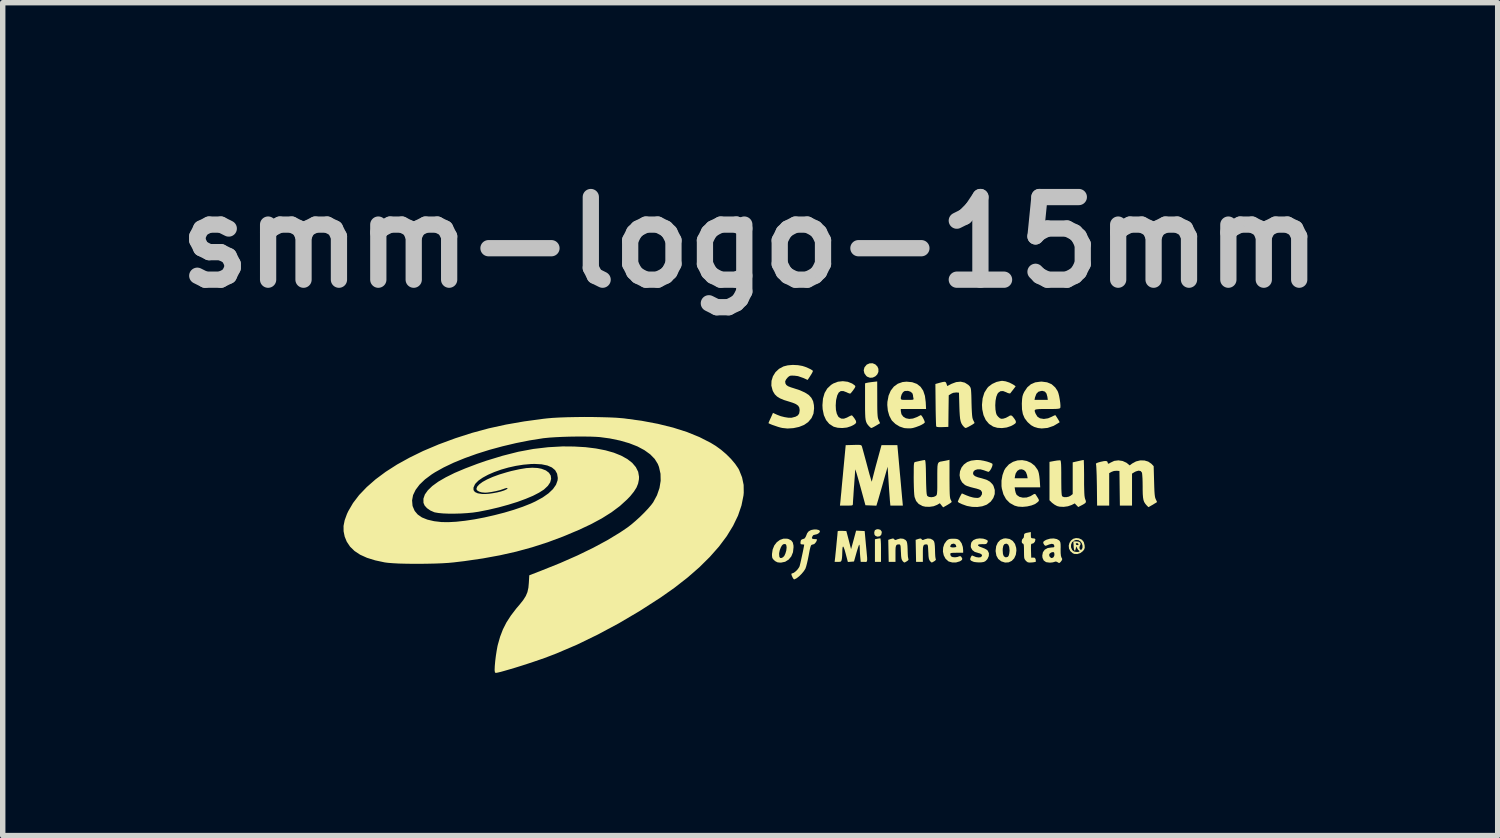
<source format=kicad_pcb>
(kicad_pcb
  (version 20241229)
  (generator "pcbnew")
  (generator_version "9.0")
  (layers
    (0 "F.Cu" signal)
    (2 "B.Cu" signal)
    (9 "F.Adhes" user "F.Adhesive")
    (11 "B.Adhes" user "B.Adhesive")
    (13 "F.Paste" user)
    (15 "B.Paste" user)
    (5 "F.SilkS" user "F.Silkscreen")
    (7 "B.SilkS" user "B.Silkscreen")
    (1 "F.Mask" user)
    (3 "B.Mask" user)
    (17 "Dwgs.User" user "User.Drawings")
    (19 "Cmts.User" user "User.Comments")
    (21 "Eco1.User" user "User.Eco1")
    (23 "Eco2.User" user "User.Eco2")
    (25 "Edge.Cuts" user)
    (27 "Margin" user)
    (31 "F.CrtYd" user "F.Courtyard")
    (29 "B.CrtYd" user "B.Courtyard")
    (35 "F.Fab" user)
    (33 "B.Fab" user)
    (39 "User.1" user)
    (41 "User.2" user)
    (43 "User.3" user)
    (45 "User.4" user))
  (footprint "smm-logo-15mm"
    (layer "F.Cu")
    (at 10.784 6.498)
    (property "Reference" "smm-logo-15mm" (at 0 -5.08 0) (layer "Dwgs.User") (effects (font (size 1.524 1.524) (thickness 0.3))))
    (attr board_only exclude_from_pos_files exclude_from_bom)
    (fp_poly (pts (xy 2.404 0.392) (xy 2.408 0.428) (xy 2.411 0.483) (xy 2.412 0.552) (xy 2.412 0.596) (xy 2.412 0.813) (xy 2.3 0.813) (xy 2.3 0.396) (xy 2.344 0.387) (xy 2.378 0.381) (xy 2.4 0.379) (xy 2.4 0.379)) (stroke (width 0) (type solid)) (fill yes) (layer "F.SilkS"))
    (fp_poly (pts (xy 2.399 0.221) (xy 2.423 0.25) (xy 2.426 0.275) (xy 2.415 0.317) (xy 2.386 0.342) (xy 2.345 0.348) (xy 2.311 0.335) (xy 2.292 0.311) (xy 2.287 0.274) (xy 2.295 0.239) (xy 2.303 0.227) (xy 2.329 0.214) (xy 2.356 0.21)) (stroke (width 0) (type solid)) (fill yes) (layer "F.SilkS"))
    (fp_poly (pts (xy 2.308 -2.828) (xy 2.346 -2.789) (xy 2.364 -2.746) (xy 2.364 -2.69) (xy 2.343 -2.643) (xy 2.306 -2.607) (xy 2.259 -2.585) (xy 2.208 -2.582) (xy 2.159 -2.601) (xy 2.141 -2.615) (xy 2.105 -2.665) (xy 2.093 -2.72) (xy 2.107 -2.774) (xy 2.145 -2.82) (xy 2.15 -2.825) (xy 2.203 -2.848) (xy 2.258 -2.849)) (stroke (width 0) (type solid)) (fill yes) (layer "F.SilkS"))
    (fp_poly (pts (xy 2.343 -2.186) (xy 2.343 -2.08) (xy 2.344 -1.997) (xy 2.346 -1.934) (xy 2.349 -1.888) (xy 2.353 -1.853) (xy 2.359 -1.827) (xy 2.367 -1.806) (xy 2.369 -1.801) (xy 2.395 -1.744) (xy 2.321 -1.699) (xy 2.28 -1.676) (xy 2.248 -1.66) (xy 2.234 -1.655) (xy 2.217 -1.664) (xy 2.192 -1.688) (xy 2.186 -1.694) (xy 2.166 -1.718) (xy 2.15 -1.742) (xy 2.138 -1.77) (xy 2.129 -1.805) (xy 2.123 -1.853) (xy 2.12 -1.915) (xy 2.118 -1.996) (xy 2.118 -2.1) (xy 2.118 -2.145) (xy 2.118 -2.479) (xy 2.15 -2.488) (xy 2.182 -2.494) (xy 2.229 -2.501) (xy 2.262 -2.505) (xy 2.342 -2.514)) (stroke (width 0) (type solid)) (fill yes) (layer "F.SilkS"))
    (fp_poly (pts (xy 4.784 0.391) (xy 4.841 0.426) (xy 4.883 0.482) (xy 4.905 0.554) (xy 4.909 0.603) (xy 4.898 0.683) (xy 4.868 0.748) (xy 4.823 0.795) (xy 4.766 0.822) (xy 4.701 0.826) (xy 4.631 0.804) (xy 4.629 0.803) (xy 4.574 0.76) (xy 4.54 0.699) (xy 4.526 0.619) (xy 4.526 0.605) (xy 4.526 0.603) (xy 4.656 0.603) (xy 4.661 0.668) (xy 4.676 0.708) (xy 4.703 0.727) (xy 4.72 0.729) (xy 4.753 0.719) (xy 4.769 0.693) (xy 4.778 0.655) (xy 4.783 0.608) (xy 4.783 0.603) (xy 4.776 0.537) (xy 4.758 0.495) (xy 4.727 0.477) (xy 4.72 0.477) (xy 4.688 0.486) (xy 4.667 0.516) (xy 4.657 0.569) (xy 4.656 0.603) (xy 4.526 0.603) (xy 4.536 0.523) (xy 4.566 0.457) (xy 4.612 0.409) (xy 4.672 0.383) (xy 4.713 0.379)) (stroke (width 0) (type solid)) (fill yes) (layer "F.SilkS"))
    (fp_poly (pts (xy 0.683 0.386) (xy 0.707 0.392) (xy 0.756 0.417) (xy 0.785 0.455) (xy 0.798 0.511) (xy 0.799 0.544) (xy 0.789 0.635) (xy 0.758 0.712) (xy 0.709 0.771) (xy 0.645 0.811) (xy 0.568 0.827) (xy 0.555 0.827) (xy 0.505 0.822) (xy 0.466 0.803) (xy 0.446 0.787) (xy 0.419 0.76) (xy 0.406 0.734) (xy 0.402 0.698) (xy 0.402 0.669) (xy 0.402 0.667) (xy 0.533 0.667) (xy 0.537 0.716) (xy 0.55 0.74) (xy 0.575 0.742) (xy 0.603 0.729) (xy 0.628 0.704) (xy 0.649 0.659) (xy 0.665 0.606) (xy 0.671 0.553) (xy 0.671 0.539) (xy 0.665 0.503) (xy 0.654 0.487) (xy 0.631 0.484) (xy 0.606 0.49) (xy 0.584 0.512) (xy 0.565 0.546) (xy 0.545 0.598) (xy 0.534 0.651) (xy 0.533 0.667) (xy 0.402 0.667) (xy 0.414 0.585) (xy 0.444 0.511) (xy 0.49 0.451) (xy 0.548 0.408) (xy 0.613 0.385)) (stroke (width 0) (type solid)) (fill yes) (layer "F.SilkS"))
    (fp_poly (pts (xy 2.647 0.386) (xy 2.656 0.396) (xy 2.668 0.409) (xy 2.686 0.409) (xy 2.716 0.396) (xy 2.769 0.382) (xy 2.822 0.387) (xy 2.865 0.41) (xy 2.885 0.435) (xy 2.894 0.467) (xy 2.9 0.52) (xy 2.903 0.587) (xy 2.903 0.603) (xy 2.905 0.663) (xy 2.908 0.714) (xy 2.914 0.748) (xy 2.917 0.757) (xy 2.919 0.776) (xy 2.898 0.796) (xy 2.888 0.802) (xy 2.857 0.82) (xy 2.84 0.825) (xy 2.826 0.814) (xy 2.811 0.798) (xy 2.798 0.778) (xy 2.789 0.75) (xy 2.783 0.706) (xy 2.78 0.641) (xy 2.779 0.63) (xy 2.776 0.566) (xy 2.773 0.525) (xy 2.767 0.502) (xy 2.759 0.493) (xy 2.749 0.491) (xy 2.719 0.492) (xy 2.7 0.5) (xy 2.688 0.519) (xy 2.681 0.553) (xy 2.679 0.608) (xy 2.679 0.661) (xy 2.679 0.813) (xy 2.554 0.813) (xy 2.546 0.407) (xy 2.594 0.391) (xy 2.629 0.382)) (stroke (width 0) (type solid)) (fill yes) (layer "F.SilkS"))
    (fp_poly (pts (xy 3.152 0.386) (xy 3.161 0.396) (xy 3.173 0.409) (xy 3.19 0.409) (xy 3.221 0.396) (xy 3.274 0.382) (xy 3.326 0.387) (xy 3.37 0.41) (xy 3.39 0.435) (xy 3.399 0.467) (xy 3.405 0.52) (xy 3.408 0.587) (xy 3.408 0.603) (xy 3.41 0.663) (xy 3.413 0.714) (xy 3.418 0.748) (xy 3.421 0.757) (xy 3.424 0.776) (xy 3.403 0.796) (xy 3.393 0.802) (xy 3.362 0.82) (xy 3.345 0.825) (xy 3.331 0.814) (xy 3.316 0.798) (xy 3.303 0.778) (xy 3.294 0.75) (xy 3.288 0.706) (xy 3.285 0.641) (xy 3.284 0.63) (xy 3.281 0.566) (xy 3.278 0.525) (xy 3.272 0.502) (xy 3.264 0.493) (xy 3.254 0.491) (xy 3.224 0.492) (xy 3.205 0.5) (xy 3.193 0.519) (xy 3.186 0.553) (xy 3.184 0.608) (xy 3.184 0.661) (xy 3.184 0.813) (xy 3.059 0.813) (xy 3.051 0.407) (xy 3.099 0.391) (xy 3.133 0.382)) (stroke (width 0) (type solid)) (fill yes) (layer "F.SilkS"))
    (fp_poly (pts (xy 5.175 0.321) (xy 5.177 0.358) (xy 5.185 0.374) (xy 5.207 0.379) (xy 5.217 0.379) (xy 5.25 0.385) (xy 5.26 0.401) (xy 5.25 0.44) (xy 5.227 0.468) (xy 5.202 0.477) (xy 5.189 0.479) (xy 5.181 0.488) (xy 5.178 0.509) (xy 5.177 0.549) (xy 5.178 0.607) (xy 5.182 0.736) (xy 5.22 0.734) (xy 5.248 0.738) (xy 5.262 0.76) (xy 5.264 0.769) (xy 5.267 0.798) (xy 5.266 0.812) (xy 5.25 0.816) (xy 5.215 0.822) (xy 5.191 0.824) (xy 5.146 0.826) (xy 5.117 0.82) (xy 5.091 0.801) (xy 5.085 0.795) (xy 5.069 0.776) (xy 5.058 0.757) (xy 5.052 0.73) (xy 5.05 0.689) (xy 5.049 0.627) (xy 5.049 0.618) (xy 5.048 0.552) (xy 5.046 0.51) (xy 5.041 0.487) (xy 5.033 0.478) (xy 5.028 0.477) (xy 5.011 0.464) (xy 5.007 0.434) (xy 5.014 0.4) (xy 5.028 0.384) (xy 5.044 0.365) (xy 5.049 0.336) (xy 5.051 0.307) (xy 5.062 0.291) (xy 5.088 0.28) (xy 5.123 0.273) (xy 5.175 0.263)) (stroke (width 0) (type solid)) (fill yes) (layer "F.SilkS"))
    (fp_poly (pts (xy 4.297 0.385) (xy 4.341 0.399) (xy 4.372 0.414) (xy 4.382 0.429) (xy 4.376 0.451) (xy 4.374 0.454) (xy 4.362 0.474) (xy 4.345 0.484) (xy 4.313 0.487) (xy 4.279 0.486) (xy 4.227 0.489) (xy 4.201 0.498) (xy 4.202 0.513) (xy 4.229 0.532) (xy 4.278 0.55) (xy 4.325 0.569) (xy 4.364 0.591) (xy 4.379 0.605) (xy 4.402 0.652) (xy 4.4 0.706) (xy 4.376 0.759) (xy 4.364 0.774) (xy 4.337 0.8) (xy 4.309 0.814) (xy 4.27 0.821) (xy 4.241 0.823) (xy 4.187 0.822) (xy 4.137 0.816) (xy 4.114 0.81) (xy 4.075 0.792) (xy 4.058 0.775) (xy 4.059 0.75) (xy 4.067 0.73) (xy 4.081 0.702) (xy 4.097 0.696) (xy 4.114 0.704) (xy 4.166 0.725) (xy 4.216 0.732) (xy 4.253 0.726) (xy 4.258 0.723) (xy 4.276 0.699) (xy 4.268 0.676) (xy 4.238 0.658) (xy 4.207 0.65) (xy 4.143 0.631) (xy 4.097 0.596) (xy 4.071 0.55) (xy 4.067 0.524) (xy 4.071 0.482) (xy 4.081 0.449) (xy 4.082 0.448) (xy 4.116 0.412) (xy 4.168 0.389) (xy 4.231 0.38)) (stroke (width 0) (type solid)) (fill yes) (layer "F.SilkS"))
    (fp_poly (pts (xy 1.798 -2.508) (xy 1.879 -2.476) (xy 1.925 -2.444) (xy 1.937 -2.43) (xy 1.938 -2.415) (xy 1.925 -2.39) (xy 1.904 -2.36) (xy 1.877 -2.324) (xy 1.855 -2.298) (xy 1.847 -2.291) (xy 1.829 -2.292) (xy 1.796 -2.305) (xy 1.776 -2.315) (xy 1.717 -2.337) (xy 1.669 -2.336) (xy 1.632 -2.309) (xy 1.605 -2.257) (xy 1.586 -2.179) (xy 1.583 -2.162) (xy 1.577 -2.071) (xy 1.581 -1.989) (xy 1.597 -1.919) (xy 1.622 -1.869) (xy 1.634 -1.855) (xy 1.678 -1.829) (xy 1.727 -1.827) (xy 1.785 -1.848) (xy 1.805 -1.859) (xy 1.842 -1.878) (xy 1.869 -1.888) (xy 1.877 -1.888) (xy 1.891 -1.873) (xy 1.915 -1.843) (xy 1.928 -1.824) (xy 1.95 -1.787) (xy 1.954 -1.758) (xy 1.939 -1.734) (xy 1.901 -1.709) (xy 1.858 -1.688) (xy 1.784 -1.664) (xy 1.698 -1.655) (xy 1.613 -1.66) (xy 1.54 -1.679) (xy 1.536 -1.681) (xy 1.458 -1.731) (xy 1.399 -1.802) (xy 1.358 -1.893) (xy 1.336 -2.002) (xy 1.332 -2.076) (xy 1.342 -2.198) (xy 1.372 -2.301) (xy 1.421 -2.384) (xy 1.491 -2.45) (xy 1.532 -2.476) (xy 1.617 -2.509) (xy 1.708 -2.519)) (stroke (width 0) (type solid)) (fill yes) (layer "F.SilkS"))
    (fp_poly (pts (xy 3.796 0.388) (xy 3.831 0.397) (xy 3.858 0.415) (xy 3.863 0.42) (xy 3.899 0.471) (xy 3.921 0.539) (xy 3.927 0.6) (xy 3.927 0.645) (xy 3.808 0.645) (xy 3.75 0.646) (xy 3.714 0.648) (xy 3.696 0.654) (xy 3.689 0.664) (xy 3.689 0.67) (xy 3.698 0.702) (xy 3.706 0.712) (xy 3.734 0.725) (xy 3.777 0.729) (xy 3.821 0.723) (xy 3.846 0.714) (xy 3.872 0.706) (xy 3.892 0.72) (xy 3.894 0.723) (xy 3.911 0.754) (xy 3.905 0.777) (xy 3.874 0.799) (xy 3.864 0.804) (xy 3.796 0.824) (xy 3.725 0.824) (xy 3.661 0.806) (xy 3.651 0.8) (xy 3.602 0.755) (xy 3.569 0.693) (xy 3.554 0.623) (xy 3.558 0.55) (xy 3.563 0.534) (xy 3.689 0.534) (xy 3.701 0.542) (xy 3.732 0.547) (xy 3.745 0.547) (xy 3.78 0.544) (xy 3.799 0.537) (xy 3.801 0.534) (xy 3.79 0.497) (xy 3.76 0.478) (xy 3.745 0.477) (xy 3.708 0.488) (xy 3.69 0.519) (xy 3.689 0.534) (xy 3.563 0.534) (xy 3.58 0.482) (xy 3.62 0.426) (xy 3.649 0.402) (xy 3.679 0.39) (xy 3.72 0.386) (xy 3.745 0.386)) (stroke (width 0) (type solid)) (fill yes) (layer "F.SilkS"))
    (fp_poly (pts (xy 6.152 -1.053) (xy 6.153 -1.015) (xy 6.155 -0.957) (xy 6.156 -0.882) (xy 6.157 -0.795) (xy 6.157 -0.729) (xy 6.157 -0.617) (xy 6.159 -0.529) (xy 6.161 -0.462) (xy 6.164 -0.412) (xy 6.169 -0.376) (xy 6.175 -0.35) (xy 6.179 -0.34) (xy 6.19 -0.309) (xy 6.19 -0.287) (xy 6.175 -0.268) (xy 6.141 -0.246) (xy 6.099 -0.224) (xy 6.049 -0.198) (xy 6.017 -0.231) (xy 5.985 -0.265) (xy 5.928 -0.236) (xy 5.859 -0.212) (xy 5.78 -0.201) (xy 5.703 -0.205) (xy 5.66 -0.216) (xy 5.613 -0.241) (xy 5.569 -0.274) (xy 5.562 -0.28) (xy 5.519 -0.323) (xy 5.519 -1.031) (xy 5.61 -1.048) (xy 5.66 -1.056) (xy 5.699 -1.059) (xy 5.719 -1.059) (xy 5.725 -1.05) (xy 5.729 -1.026) (xy 5.733 -0.984) (xy 5.735 -0.922) (xy 5.736 -0.837) (xy 5.736 -0.733) (xy 5.737 -0.618) (xy 5.738 -0.53) (xy 5.741 -0.465) (xy 5.745 -0.422) (xy 5.751 -0.399) (xy 5.753 -0.396) (xy 5.785 -0.381) (xy 5.829 -0.38) (xy 5.876 -0.39) (xy 5.91 -0.408) (xy 5.947 -0.437) (xy 5.947 -1.022) (xy 6.044 -1.044) (xy 6.093 -1.055) (xy 6.131 -1.063) (xy 6.149 -1.066) (xy 6.149 -1.066)) (stroke (width 0) (type solid)) (fill yes) (layer "F.SilkS"))
    (fp_poly (pts (xy 4.711 -2.516) (xy 4.78 -2.493) (xy 4.842 -2.461) (xy 4.854 -2.454) (xy 4.895 -2.424) (xy 4.851 -2.366) (xy 4.823 -2.33) (xy 4.802 -2.303) (xy 4.795 -2.294) (xy 4.777 -2.293) (xy 4.742 -2.304) (xy 4.723 -2.314) (xy 4.663 -2.337) (xy 4.614 -2.334) (xy 4.574 -2.305) (xy 4.559 -2.284) (xy 4.538 -2.231) (xy 4.524 -2.158) (xy 4.519 -2.075) (xy 4.523 -1.989) (xy 4.524 -1.989) (xy 4.533 -1.933) (xy 4.547 -1.895) (xy 4.572 -1.864) (xy 4.575 -1.861) (xy 4.606 -1.834) (xy 4.635 -1.825) (xy 4.667 -1.828) (xy 4.715 -1.843) (xy 4.758 -1.866) (xy 4.759 -1.866) (xy 4.79 -1.885) (xy 4.815 -1.887) (xy 4.84 -1.868) (xy 4.871 -1.827) (xy 4.873 -1.825) (xy 4.895 -1.789) (xy 4.901 -1.762) (xy 4.888 -1.739) (xy 4.853 -1.715) (xy 4.807 -1.691) (xy 4.73 -1.665) (xy 4.643 -1.654) (xy 4.557 -1.659) (xy 4.482 -1.681) (xy 4.481 -1.681) (xy 4.404 -1.731) (xy 4.344 -1.802) (xy 4.302 -1.893) (xy 4.279 -2) (xy 4.274 -2.082) (xy 4.286 -2.203) (xy 4.318 -2.307) (xy 4.372 -2.393) (xy 4.395 -2.418) (xy 4.462 -2.468) (xy 4.542 -2.505) (xy 4.625 -2.523) (xy 4.649 -2.525)) (stroke (width 0) (type solid)) (fill yes) (layer "F.SilkS"))
    (fp_poly (pts (xy 5.099 -1.048) (xy 5.177 -1.014) (xy 5.245 -0.961) (xy 5.297 -0.889) (xy 5.31 -0.863) (xy 5.322 -0.822) (xy 5.332 -0.764) (xy 5.339 -0.7) (xy 5.34 -0.684) (xy 5.348 -0.561) (xy 4.877 -0.561) (xy 4.885 -0.504) (xy 4.896 -0.46) (xy 4.912 -0.425) (xy 4.916 -0.42) (xy 4.965 -0.386) (xy 5.028 -0.371) (xy 5.097 -0.374) (xy 5.166 -0.397) (xy 5.198 -0.416) (xy 5.233 -0.437) (xy 5.252 -0.44) (xy 5.262 -0.432) (xy 5.295 -0.381) (xy 5.315 -0.348) (xy 5.324 -0.327) (xy 5.322 -0.312) (xy 5.313 -0.3) (xy 5.309 -0.295) (xy 5.259 -0.257) (xy 5.189 -0.228) (xy 5.107 -0.209) (xy 5.022 -0.201) (xy 4.94 -0.206) (xy 4.875 -0.224) (xy 4.787 -0.273) (xy 4.718 -0.343) (xy 4.669 -0.433) (xy 4.64 -0.54) (xy 4.634 -0.584) (xy 4.634 -0.686) (xy 4.642 -0.729) (xy 4.877 -0.729) (xy 5.116 -0.729) (xy 5.105 -0.788) (xy 5.084 -0.844) (xy 5.05 -0.879) (xy 5.008 -0.894) (xy 4.965 -0.89) (xy 4.926 -0.865) (xy 4.897 -0.821) (xy 4.886 -0.782) (xy 4.877 -0.729) (xy 4.642 -0.729) (xy 4.652 -0.786) (xy 4.684 -0.875) (xy 4.71 -0.918) (xy 4.772 -0.986) (xy 4.847 -1.032) (xy 4.929 -1.058) (xy 5.015 -1.063)) (stroke (width 0) (type solid)) (fill yes) (layer "F.SilkS"))
    (fp_poly (pts (xy 2.032 0.241) (xy 2.111 0.245) (xy 2.134 0.498) (xy 2.144 0.6) (xy 2.151 0.678) (xy 2.156 0.734) (xy 2.157 0.772) (xy 2.154 0.796) (xy 2.148 0.809) (xy 2.137 0.814) (xy 2.121 0.814) (xy 2.101 0.813) (xy 2.099 0.813) (xy 2.038 0.813) (xy 2.029 0.719) (xy 2.024 0.657) (xy 2.021 0.594) (xy 2.02 0.555) (xy 2.018 0.518) (xy 2.013 0.498) (xy 2.009 0.497) (xy 2.001 0.514) (xy 1.988 0.552) (xy 1.971 0.605) (xy 1.956 0.657) (xy 1.914 0.806) (xy 1.858 0.811) (xy 1.801 0.815) (xy 1.76 0.659) (xy 1.74 0.588) (xy 1.724 0.545) (xy 1.713 0.529) (xy 1.705 0.54) (xy 1.7 0.579) (xy 1.698 0.64) (xy 1.696 0.695) (xy 1.692 0.745) (xy 1.688 0.77) (xy 1.68 0.797) (xy 1.666 0.81) (xy 1.635 0.813) (xy 1.618 0.813) (xy 1.557 0.813) (xy 1.564 0.754) (xy 1.568 0.72) (xy 1.573 0.668) (xy 1.58 0.603) (xy 1.587 0.531) (xy 1.594 0.456) (xy 1.601 0.385) (xy 1.607 0.324) (xy 1.611 0.277) (xy 1.613 0.251) (xy 1.613 0.248) (xy 1.626 0.243) (xy 1.658 0.241) (xy 1.693 0.241) (xy 1.773 0.245) (xy 1.817 0.412) (xy 1.86 0.579) (xy 1.907 0.408) (xy 1.953 0.237)) (stroke (width 0) (type solid)) (fill yes) (layer "F.SilkS"))
    (fp_poly (pts (xy 5.655 0.393) (xy 5.698 0.418) (xy 5.711 0.435) (xy 5.72 0.457) (xy 5.724 0.49) (xy 5.725 0.541) (xy 5.724 0.576) (xy 5.725 0.651) (xy 5.73 0.702) (xy 5.74 0.733) (xy 5.742 0.736) (xy 5.754 0.76) (xy 5.749 0.78) (xy 5.732 0.805) (xy 5.71 0.829) (xy 5.693 0.834) (xy 5.671 0.821) (xy 5.67 0.82) (xy 5.638 0.806) (xy 5.611 0.813) (xy 5.581 0.822) (xy 5.537 0.827) (xy 5.519 0.827) (xy 5.456 0.818) (xy 5.413 0.788) (xy 5.39 0.739) (xy 5.386 0.698) (xy 5.388 0.685) (xy 5.512 0.685) (xy 5.522 0.717) (xy 5.546 0.739) (xy 5.561 0.743) (xy 5.584 0.734) (xy 5.593 0.727) (xy 5.607 0.701) (xy 5.61 0.669) (xy 5.604 0.642) (xy 5.588 0.631) (xy 5.551 0.64) (xy 5.522 0.661) (xy 5.512 0.685) (xy 5.388 0.685) (xy 5.398 0.635) (xy 5.432 0.588) (xy 5.486 0.558) (xy 5.56 0.547) (xy 5.563 0.547) (xy 5.596 0.545) (xy 5.608 0.534) (xy 5.608 0.516) (xy 5.593 0.487) (xy 5.56 0.48) (xy 5.509 0.493) (xy 5.496 0.499) (xy 5.461 0.513) (xy 5.442 0.516) (xy 5.428 0.506) (xy 5.421 0.497) (xy 5.403 0.465) (xy 5.407 0.441) (xy 5.435 0.419) (xy 5.465 0.404) (xy 5.53 0.385) (xy 5.596 0.381)) (stroke (width 0) (type solid)) (fill yes) (layer "F.SilkS"))
    (fp_poly (pts (xy 3.957 -2.492) (xy 4.023 -2.45) (xy 4.039 -2.434) (xy 4.051 -2.42) (xy 4.06 -2.405) (xy 4.067 -2.386) (xy 4.072 -2.356) (xy 4.075 -2.314) (xy 4.078 -2.254) (xy 4.08 -2.172) (xy 4.081 -2.12) (xy 4.084 -2.021) (xy 4.088 -1.945) (xy 4.092 -1.889) (xy 4.097 -1.849) (xy 4.104 -1.821) (xy 4.113 -1.8) (xy 4.113 -1.799) (xy 4.129 -1.768) (xy 4.137 -1.749) (xy 4.137 -1.748) (xy 4.126 -1.738) (xy 4.098 -1.719) (xy 4.06 -1.697) (xy 4.022 -1.676) (xy 3.99 -1.661) (xy 3.973 -1.655) (xy 3.954 -1.665) (xy 3.938 -1.68) (xy 3.913 -1.71) (xy 3.894 -1.742) (xy 3.881 -1.779) (xy 3.871 -1.825) (xy 3.865 -1.886) (xy 3.86 -1.966) (xy 3.857 -2.055) (xy 3.85 -2.307) (xy 3.801 -2.311) (xy 3.743 -2.304) (xy 3.706 -2.287) (xy 3.661 -2.259) (xy 3.657 -1.967) (xy 3.654 -1.676) (xy 3.545 -1.672) (xy 3.484 -1.671) (xy 3.447 -1.675) (xy 3.431 -1.683) (xy 3.429 -1.686) (xy 3.428 -1.704) (xy 3.426 -1.747) (xy 3.424 -1.81) (xy 3.422 -1.889) (xy 3.42 -1.982) (xy 3.419 -2.083) (xy 3.419 -2.085) (xy 3.415 -2.467) (xy 3.493 -2.489) (xy 3.548 -2.503) (xy 3.582 -2.508) (xy 3.601 -2.504) (xy 3.613 -2.488) (xy 3.62 -2.47) (xy 3.634 -2.429) (xy 3.712 -2.47) (xy 3.798 -2.502) (xy 3.881 -2.51)) (stroke (width 0) (type solid)) (fill yes) (layer "F.SilkS"))
    (fp_poly (pts (xy 6.062 0.379) (xy 6.117 0.405) (xy 6.151 0.447) (xy 6.167 0.509) (xy 6.169 0.553) (xy 6.159 0.584) (xy 6.134 0.616) (xy 6.087 0.651) (xy 6.031 0.669) (xy 5.976 0.666) (xy 5.95 0.655) (xy 5.904 0.616) (xy 5.879 0.567) (xy 5.877 0.544) (xy 5.916 0.544) (xy 5.935 0.59) (xy 5.957 0.614) (xy 5.983 0.625) (xy 6.018 0.63) (xy 6.051 0.63) (xy 6.071 0.622) (xy 6.073 0.617) (xy 6.064 0.603) (xy 6.061 0.603) (xy 6.047 0.592) (xy 6.031 0.565) (xy 6.031 0.565) (xy 6.012 0.526) (xy 6.004 0.567) (xy 5.994 0.601) (xy 5.983 0.608) (xy 5.973 0.591) (xy 5.966 0.552) (xy 5.964 0.522) (xy 5.962 0.483) (xy 6.003 0.483) (xy 6.015 0.501) (xy 6.032 0.505) (xy 6.053 0.498) (xy 6.055 0.487) (xy 6.04 0.47) (xy 6.019 0.466) (xy 6.004 0.476) (xy 6.003 0.483) (xy 5.962 0.483) (xy 5.959 0.435) (xy 6.016 0.435) (xy 6.062 0.442) (xy 6.089 0.462) (xy 6.092 0.492) (xy 6.081 0.513) (xy 6.071 0.54) (xy 6.074 0.568) (xy 6.086 0.588) (xy 6.103 0.591) (xy 6.11 0.587) (xy 6.127 0.557) (xy 6.128 0.515) (xy 6.115 0.471) (xy 6.095 0.441) (xy 6.054 0.413) (xy 6.009 0.409) (xy 5.969 0.423) (xy 5.934 0.452) (xy 5.917 0.496) (xy 5.916 0.544) (xy 5.877 0.544) (xy 5.874 0.515) (xy 5.887 0.464) (xy 5.915 0.42) (xy 5.956 0.388) (xy 6.008 0.374)) (stroke (width 0) (type solid)) (fill yes) (layer "F.SilkS"))
    (fp_poly (pts (xy 1.222 0.216) (xy 1.262 0.225) (xy 1.284 0.24) (xy 1.284 0.261) (xy 1.264 0.284) (xy 1.234 0.302) (xy 1.205 0.309) (xy 1.166 0.319) (xy 1.151 0.336) (xy 1.137 0.369) (xy 1.146 0.387) (xy 1.179 0.393) (xy 1.185 0.393) (xy 1.219 0.394) (xy 1.232 0.403) (xy 1.225 0.425) (xy 1.213 0.449) (xy 1.182 0.484) (xy 1.154 0.493) (xy 1.139 0.496) (xy 1.127 0.503) (xy 1.118 0.518) (xy 1.109 0.546) (xy 1.098 0.591) (xy 1.085 0.658) (xy 1.078 0.696) (xy 1.063 0.771) (xy 1.047 0.841) (xy 1.032 0.898) (xy 1.019 0.935) (xy 1.017 0.941) (xy 0.987 0.987) (xy 0.947 1.035) (xy 0.902 1.079) (xy 0.858 1.114) (xy 0.821 1.133) (xy 0.808 1.136) (xy 0.797 1.125) (xy 0.78 1.098) (xy 0.779 1.095) (xy 0.761 1.053) (xy 0.76 1.031) (xy 0.778 1.024) (xy 0.778 1.024) (xy 0.806 1.013) (xy 0.841 0.986) (xy 0.876 0.95) (xy 0.902 0.912) (xy 0.911 0.893) (xy 0.917 0.869) (xy 0.928 0.824) (xy 0.941 0.767) (xy 0.955 0.702) (xy 0.969 0.637) (xy 0.981 0.578) (xy 0.99 0.53) (xy 0.995 0.501) (xy 0.996 0.496) (xy 0.984 0.492) (xy 0.96 0.491) (xy 0.935 0.488) (xy 0.927 0.472) (xy 0.928 0.445) (xy 0.936 0.412) (xy 0.956 0.397) (xy 0.973 0.393) (xy 1.003 0.381) (xy 1.023 0.352) (xy 1.031 0.333) (xy 1.052 0.282) (xy 1.078 0.25) (xy 1.116 0.229) (xy 1.131 0.224) (xy 1.175 0.216)) (stroke (width 0) (type solid)) (fill yes) (layer "F.SilkS"))
    (fp_poly (pts (xy 2.987 -2.5) (xy 3.073 -2.469) (xy 3.14 -2.417) (xy 3.19 -2.344) (xy 3.222 -2.248) (xy 3.237 -2.131) (xy 3.237 -2.128) (xy 3.243 -2.006) (xy 2.777 -2.006) (xy 2.777 -1.97) (xy 2.789 -1.91) (xy 2.822 -1.865) (xy 2.871 -1.835) (xy 2.932 -1.823) (xy 3.001 -1.83) (xy 3.074 -1.857) (xy 3.077 -1.858) (xy 3.115 -1.878) (xy 3.141 -1.891) (xy 3.148 -1.893) (xy 3.161 -1.882) (xy 3.18 -1.854) (xy 3.199 -1.818) (xy 3.214 -1.784) (xy 3.22 -1.761) (xy 3.22 -1.758) (xy 3.201 -1.739) (xy 3.163 -1.716) (xy 3.112 -1.693) (xy 3.056 -1.672) (xy 3.002 -1.656) (xy 2.966 -1.65) (xy 2.909 -1.649) (xy 2.85 -1.653) (xy 2.834 -1.656) (xy 2.754 -1.683) (xy 2.679 -1.729) (xy 2.618 -1.787) (xy 2.606 -1.803) (xy 2.565 -1.882) (xy 2.538 -1.977) (xy 2.528 -2.079) (xy 2.53 -2.137) (xy 2.544 -2.21) (xy 2.777 -2.21) (xy 2.778 -2.192) (xy 2.785 -2.182) (xy 2.803 -2.176) (xy 2.837 -2.174) (xy 2.894 -2.174) (xy 2.898 -2.174) (xy 2.956 -2.174) (xy 2.991 -2.176) (xy 3.008 -2.181) (xy 3.013 -2.19) (xy 3.01 -2.205) (xy 3.003 -2.242) (xy 3.002 -2.262) (xy 2.989 -2.298) (xy 2.956 -2.325) (xy 2.911 -2.34) (xy 2.861 -2.339) (xy 2.841 -2.334) (xy 2.815 -2.312) (xy 2.792 -2.273) (xy 2.779 -2.229) (xy 2.777 -2.21) (xy 2.544 -2.21) (xy 2.551 -2.25) (xy 2.591 -2.344) (xy 2.649 -2.419) (xy 2.722 -2.472) (xy 2.81 -2.503) (xy 2.884 -2.51)) (stroke (width 0) (type solid)) (fill yes) (layer "F.SilkS"))
    (fp_poly (pts (xy 5.475 -2.498) (xy 5.558 -2.463) (xy 5.625 -2.403) (xy 5.668 -2.338) (xy 5.683 -2.299) (xy 5.697 -2.245) (xy 5.708 -2.184) (xy 5.717 -2.122) (xy 5.721 -2.07) (xy 5.72 -2.034) (xy 5.718 -2.029) (xy 5.712 -2.02) (xy 5.698 -2.014) (xy 5.672 -2.01) (xy 5.63 -2.007) (xy 5.568 -2.006) (xy 5.483 -2.006) (xy 5.477 -2.006) (xy 5.388 -2.006) (xy 5.324 -2.004) (xy 5.281 -2) (xy 5.256 -1.993) (xy 5.246 -1.98) (xy 5.248 -1.96) (xy 5.258 -1.932) (xy 5.265 -1.916) (xy 5.297 -1.864) (xy 5.344 -1.834) (xy 5.41 -1.823) (xy 5.419 -1.823) (xy 5.493 -1.834) (xy 5.556 -1.861) (xy 5.594 -1.88) (xy 5.62 -1.891) (xy 5.628 -1.892) (xy 5.652 -1.856) (xy 5.676 -1.818) (xy 5.695 -1.785) (xy 5.705 -1.765) (xy 5.706 -1.761) (xy 5.595 -1.695) (xy 5.484 -1.657) (xy 5.376 -1.647) (xy 5.306 -1.655) (xy 5.236 -1.676) (xy 5.178 -1.708) (xy 5.12 -1.76) (xy 5.109 -1.772) (xy 5.06 -1.837) (xy 5.028 -1.912) (xy 5.012 -2) (xy 5.009 -2.108) (xy 5.01 -2.123) (xy 5.013 -2.174) (xy 5.243 -2.174) (xy 5.488 -2.174) (xy 5.48 -2.231) (xy 5.464 -2.29) (xy 5.435 -2.326) (xy 5.39 -2.34) (xy 5.367 -2.339) (xy 5.314 -2.324) (xy 5.277 -2.286) (xy 5.254 -2.225) (xy 5.252 -2.22) (xy 5.243 -2.174) (xy 5.013 -2.174) (xy 5.014 -2.191) (xy 5.021 -2.24) (xy 5.034 -2.281) (xy 5.054 -2.323) (xy 5.056 -2.326) (xy 5.111 -2.407) (xy 5.177 -2.463) (xy 5.256 -2.497) (xy 5.352 -2.51) (xy 5.377 -2.511)) (stroke (width 0) (type solid)) (fill yes) (layer "F.SilkS"))
    (fp_poly (pts (xy 6.868 -1.047) (xy 6.938 -1.015) (xy 6.956 -1.001) (xy 6.998 -0.966) (xy 7.044 -1.001) (xy 7.114 -1.039) (xy 7.191 -1.058) (xy 7.269 -1.057) (xy 7.34 -1.036) (xy 7.398 -0.996) (xy 7.4 -0.994) (xy 7.44 -0.952) (xy 7.448 -0.669) (xy 7.451 -0.569) (xy 7.454 -0.492) (xy 7.458 -0.436) (xy 7.463 -0.395) (xy 7.469 -0.366) (xy 7.478 -0.344) (xy 7.48 -0.339) (xy 7.495 -0.308) (xy 7.502 -0.29) (xy 7.501 -0.289) (xy 7.483 -0.277) (xy 7.451 -0.258) (xy 7.413 -0.235) (xy 7.378 -0.215) (xy 7.352 -0.2) (xy 7.345 -0.196) (xy 7.333 -0.206) (xy 7.312 -0.228) (xy 7.311 -0.228) (xy 7.285 -0.259) (xy 7.265 -0.291) (xy 7.252 -0.328) (xy 7.244 -0.374) (xy 7.239 -0.436) (xy 7.237 -0.518) (xy 7.237 -0.573) (xy 7.236 -0.653) (xy 7.234 -0.724) (xy 7.23 -0.783) (xy 7.226 -0.822) (xy 7.223 -0.834) (xy 7.2 -0.862) (xy 7.161 -0.869) (xy 7.112 -0.855) (xy 7.086 -0.842) (xy 7.041 -0.814) (xy 7.041 -0.224) (xy 6.817 -0.224) (xy 6.813 -0.543) (xy 6.809 -0.863) (xy 6.76 -0.867) (xy 6.708 -0.863) (xy 6.666 -0.848) (xy 6.62 -0.823) (xy 6.62 -0.224) (xy 6.397 -0.224) (xy 6.393 -0.593) (xy 6.391 -0.692) (xy 6.389 -0.784) (xy 6.386 -0.862) (xy 6.383 -0.925) (xy 6.38 -0.967) (xy 6.377 -0.984) (xy 6.375 -0.997) (xy 6.389 -1.009) (xy 6.422 -1.021) (xy 6.457 -1.031) (xy 6.523 -1.045) (xy 6.565 -1.047) (xy 6.588 -1.034) (xy 6.592 -1.017) (xy 6.598 -0.998) (xy 6.618 -1.001) (xy 6.643 -1.016) (xy 6.712 -1.049) (xy 6.79 -1.059)) (stroke (width 0) (type solid)) (fill yes) (layer "F.SilkS"))
    (fp_poly (pts (xy 3.675 -0.72) (xy 3.676 -0.606) (xy 3.677 -0.516) (xy 3.679 -0.449) (xy 3.682 -0.399) (xy 3.687 -0.365) (xy 3.692 -0.344) (xy 3.696 -0.337) (xy 3.71 -0.308) (xy 3.716 -0.292) (xy 3.705 -0.281) (xy 3.676 -0.261) (xy 3.637 -0.237) (xy 3.558 -0.192) (xy 3.527 -0.23) (xy 3.497 -0.268) (xy 3.446 -0.238) (xy 3.383 -0.213) (xy 3.308 -0.202) (xy 3.231 -0.204) (xy 3.178 -0.216) (xy 3.107 -0.255) (xy 3.059 -0.31) (xy 3.031 -0.384) (xy 3.03 -0.391) (xy 3.025 -0.429) (xy 3.021 -0.489) (xy 3.018 -0.565) (xy 3.016 -0.652) (xy 3.015 -0.743) (xy 3.015 -0.745) (xy 3.016 -0.84) (xy 3.016 -0.91) (xy 3.017 -0.96) (xy 3.02 -0.993) (xy 3.024 -1.013) (xy 3.031 -1.024) (xy 3.039 -1.029) (xy 3.047 -1.03) (xy 3.131 -1.049) (xy 3.189 -1.061) (xy 3.219 -1.065) (xy 3.221 -1.066) (xy 3.227 -1.057) (xy 3.232 -1.029) (xy 3.236 -0.98) (xy 3.239 -0.909) (xy 3.241 -0.812) (xy 3.242 -0.745) (xy 3.244 -0.635) (xy 3.247 -0.55) (xy 3.25 -0.487) (xy 3.254 -0.443) (xy 3.26 -0.415) (xy 3.266 -0.402) (xy 3.296 -0.385) (xy 3.34 -0.379) (xy 3.387 -0.386) (xy 3.419 -0.401) (xy 3.429 -0.409) (xy 3.437 -0.419) (xy 3.443 -0.436) (xy 3.446 -0.462) (xy 3.449 -0.503) (xy 3.45 -0.561) (xy 3.45 -0.64) (xy 3.45 -0.716) (xy 3.45 -0.816) (xy 3.451 -0.893) (xy 3.453 -0.948) (xy 3.459 -0.987) (xy 3.468 -1.011) (xy 3.483 -1.026) (xy 3.505 -1.035) (xy 3.534 -1.04) (xy 3.555 -1.044) (xy 3.6 -1.052) (xy 3.638 -1.06) (xy 3.643 -1.061) (xy 3.675 -1.069)) (stroke (width 0) (type solid)) (fill yes) (layer "F.SilkS"))
    (fp_poly (pts (xy 4.245 -1.062) (xy 4.307 -1.051) (xy 4.369 -1.036) (xy 4.422 -1.018) (xy 4.459 -1.001) (xy 4.466 -0.995) (xy 4.469 -0.975) (xy 4.46 -0.942) (xy 4.443 -0.904) (xy 4.422 -0.871) (xy 4.402 -0.85) (xy 4.391 -0.847) (xy 4.364 -0.856) (xy 4.325 -0.87) (xy 4.313 -0.875) (xy 4.247 -0.893) (xy 4.189 -0.893) (xy 4.144 -0.879) (xy 4.116 -0.85) (xy 4.109 -0.82) (xy 4.118 -0.791) (xy 4.147 -0.767) (xy 4.199 -0.746) (xy 4.266 -0.729) (xy 4.355 -0.702) (xy 4.421 -0.666) (xy 4.468 -0.618) (xy 4.486 -0.589) (xy 4.51 -0.513) (xy 4.509 -0.437) (xy 4.483 -0.364) (xy 4.436 -0.298) (xy 4.368 -0.246) (xy 4.355 -0.239) (xy 4.279 -0.212) (xy 4.188 -0.199) (xy 4.093 -0.201) (xy 4.003 -0.217) (xy 3.983 -0.223) (xy 3.906 -0.251) (xy 3.855 -0.274) (xy 3.831 -0.292) (xy 3.829 -0.297) (xy 3.835 -0.315) (xy 3.849 -0.347) (xy 3.867 -0.385) (xy 3.886 -0.42) (xy 3.9 -0.444) (xy 3.905 -0.449) (xy 3.919 -0.443) (xy 3.951 -0.429) (xy 3.988 -0.413) (xy 4.047 -0.391) (xy 4.11 -0.374) (xy 4.143 -0.369) (xy 4.19 -0.366) (xy 4.219 -0.371) (xy 4.242 -0.385) (xy 4.248 -0.391) (xy 4.273 -0.431) (xy 4.275 -0.471) (xy 4.254 -0.505) (xy 4.246 -0.511) (xy 4.217 -0.524) (xy 4.17 -0.539) (xy 4.115 -0.552) (xy 4.112 -0.553) (xy 4.054 -0.568) (xy 3.999 -0.586) (xy 3.961 -0.604) (xy 3.908 -0.652) (xy 3.874 -0.714) (xy 3.861 -0.785) (xy 3.869 -0.858) (xy 3.897 -0.927) (xy 3.94 -0.982) (xy 4.001 -1.027) (xy 4.074 -1.054) (xy 4.165 -1.065) (xy 4.192 -1.066)) (stroke (width 0) (type solid)) (fill yes) (layer "F.SilkS"))
    (fp_poly (pts (xy 2.013 -1.344) (xy 2.039 -1.34) (xy 2.052 -1.332) (xy 2.058 -1.322) (xy 2.064 -1.302) (xy 2.076 -1.259) (xy 2.093 -1.197) (xy 2.114 -1.12) (xy 2.138 -1.032) (xy 2.155 -0.968) (xy 2.179 -0.878) (xy 2.2 -0.8) (xy 2.219 -0.737) (xy 2.232 -0.692) (xy 2.241 -0.668) (xy 2.243 -0.666) (xy 2.247 -0.687) (xy 2.258 -0.731) (xy 2.274 -0.794) (xy 2.294 -0.871) (xy 2.317 -0.959) (xy 2.333 -1.017) (xy 2.421 -1.339) (xy 2.714 -1.339) (xy 2.758 -0.849) (xy 2.769 -0.731) (xy 2.779 -0.62) (xy 2.788 -0.518) (xy 2.796 -0.431) (xy 2.802 -0.361) (xy 2.807 -0.312) (xy 2.809 -0.291) (xy 2.815 -0.224) (xy 2.585 -0.224) (xy 2.576 -0.319) (xy 2.573 -0.364) (xy 2.568 -0.431) (xy 2.562 -0.512) (xy 2.556 -0.601) (xy 2.551 -0.677) (xy 2.534 -0.941) (xy 2.459 -0.677) (xy 2.434 -0.588) (xy 2.409 -0.501) (xy 2.386 -0.422) (xy 2.368 -0.359) (xy 2.356 -0.318) (xy 2.327 -0.223) (xy 2.226 -0.227) (xy 2.125 -0.231) (xy 2.031 -0.575) (xy 2.006 -0.666) (xy 1.983 -0.747) (xy 1.964 -0.812) (xy 1.949 -0.86) (xy 1.939 -0.887) (xy 1.936 -0.891) (xy 1.935 -0.869) (xy 1.932 -0.823) (xy 1.928 -0.759) (xy 1.922 -0.681) (xy 1.916 -0.594) (xy 1.914 -0.575) (xy 1.908 -0.486) (xy 1.903 -0.405) (xy 1.898 -0.337) (xy 1.895 -0.287) (xy 1.894 -0.259) (xy 1.894 -0.256) (xy 1.892 -0.241) (xy 1.884 -0.231) (xy 1.863 -0.226) (xy 1.824 -0.225) (xy 1.774 -0.224) (xy 1.655 -0.224) (xy 1.664 -0.305) (xy 1.667 -0.338) (xy 1.672 -0.396) (xy 1.68 -0.473) (xy 1.688 -0.566) (xy 1.698 -0.672) (xy 1.709 -0.785) (xy 1.716 -0.863) (xy 1.761 -1.339) (xy 1.904 -1.343) (xy 1.97 -1.345)) (stroke (width 0) (type solid)) (fill yes) (layer "F.SilkS"))
    (fp_poly (pts (xy 0.881 -2.814) (xy 0.961 -2.8) (xy 1.012 -2.784) (xy 1.065 -2.762) (xy 1.112 -2.74) (xy 1.145 -2.72) (xy 1.156 -2.709) (xy 1.152 -2.692) (xy 1.133 -2.656) (xy 1.097 -2.599) (xy 1.06 -2.543) (xy 1.047 -2.547) (xy 1.017 -2.561) (xy 0.982 -2.577) (xy 0.881 -2.612) (xy 0.819 -2.62) (xy 0.769 -2.622) (xy 0.737 -2.619) (xy 0.714 -2.607) (xy 0.688 -2.584) (xy 0.688 -2.583) (xy 0.661 -2.55) (xy 0.646 -2.518) (xy 0.645 -2.511) (xy 0.65 -2.476) (xy 0.666 -2.449) (xy 0.698 -2.426) (xy 0.751 -2.405) (xy 0.796 -2.391) (xy 0.915 -2.352) (xy 1.008 -2.31) (xy 1.079 -2.265) (xy 1.128 -2.212) (xy 1.16 -2.15) (xy 1.175 -2.077) (xy 1.178 -2.018) (xy 1.167 -1.921) (xy 1.131 -1.838) (xy 1.07 -1.766) (xy 1.067 -1.763) (xy 0.993 -1.712) (xy 0.9 -1.675) (xy 0.796 -1.653) (xy 0.687 -1.646) (xy 0.593 -1.656) (xy 0.557 -1.664) (xy 0.509 -1.678) (xy 0.457 -1.696) (xy 0.407 -1.713) (xy 0.366 -1.73) (xy 0.341 -1.742) (xy 0.337 -1.746) (xy 0.342 -1.759) (xy 0.356 -1.792) (xy 0.376 -1.836) (xy 0.379 -1.842) (xy 0.42 -1.934) (xy 0.497 -1.899) (xy 0.562 -1.874) (xy 0.634 -1.856) (xy 0.702 -1.845) (xy 0.757 -1.844) (xy 0.77 -1.846) (xy 0.837 -1.864) (xy 0.879 -1.888) (xy 0.903 -1.923) (xy 0.911 -1.971) (xy 0.912 -1.988) (xy 0.905 -2.032) (xy 0.885 -2.066) (xy 0.845 -2.095) (xy 0.784 -2.121) (xy 0.721 -2.141) (xy 0.624 -2.171) (xy 0.55 -2.202) (xy 0.495 -2.236) (xy 0.454 -2.276) (xy 0.424 -2.325) (xy 0.413 -2.349) (xy 0.39 -2.437) (xy 0.393 -2.525) (xy 0.419 -2.609) (xy 0.466 -2.685) (xy 0.532 -2.747) (xy 0.614 -2.791) (xy 0.692 -2.811) (xy 0.785 -2.819)) (stroke (width 0) (type solid)) (fill yes) (layer "F.SilkS"))
    (fp_poly (pts (xy -2.901 -1.858) (xy -2.746 -1.855) (xy -2.6 -1.851) (xy -2.47 -1.845) (xy -2.361 -1.836) (xy -2.328 -1.833) (xy -2.003 -1.789) (xy -1.701 -1.732) (xy -1.422 -1.663) (xy -1.167 -1.582) (xy -0.936 -1.488) (xy -0.73 -1.383) (xy -0.635 -1.325) (xy -0.537 -1.254) (xy -0.441 -1.172) (xy -0.353 -1.084) (xy -0.278 -0.995) (xy -0.221 -0.912) (xy -0.205 -0.883) (xy -0.15 -0.745) (xy -0.121 -0.606) (xy -0.119 -0.462) (xy -0.124 -0.41) (xy -0.161 -0.226) (xy -0.225 -0.039) (xy -0.316 0.149) (xy -0.433 0.34) (xy -0.576 0.531) (xy -0.745 0.722) (xy -0.938 0.913) (xy -1.156 1.103) (xy -1.397 1.291) (xy -1.648 1.468) (xy -2.033 1.716) (xy -2.421 1.945) (xy -2.809 2.153) (xy -3.194 2.34) (xy -3.573 2.502) (xy -3.703 2.552) (xy -3.793 2.586) (xy -3.894 2.621) (xy -4.002 2.658) (xy -4.114 2.695) (xy -4.226 2.731) (xy -4.335 2.765) (xy -4.436 2.795) (xy -4.526 2.821) (xy -4.601 2.842) (xy -4.657 2.855) (xy -4.691 2.861) (xy -4.694 2.861) (xy -4.708 2.848) (xy -4.713 2.809) (xy -4.713 2.807) (xy -4.71 2.734) (xy -4.702 2.643) (xy -4.69 2.546) (xy -4.675 2.45) (xy -4.66 2.367) (xy -4.654 2.342) (xy -4.612 2.194) (xy -4.56 2.058) (xy -4.495 1.93) (xy -4.413 1.803) (xy -4.312 1.671) (xy -4.252 1.601) (xy -4.186 1.518) (xy -4.139 1.444) (xy -4.108 1.371) (xy -4.09 1.289) (xy -4.082 1.2) (xy -4.074 1.061) (xy -3.85 0.974) (xy -3.504 0.835) (xy -3.186 0.695) (xy -2.896 0.554) (xy -2.634 0.413) (xy -2.4 0.271) (xy -2.268 0.182) (xy -2.196 0.127) (xy -2.116 0.059) (xy -2.033 -0.016) (xy -1.954 -0.094) (xy -1.883 -0.169) (xy -1.825 -0.237) (xy -1.789 -0.285) (xy -1.719 -0.415) (xy -1.673 -0.548) (xy -1.651 -0.682) (xy -1.654 -0.812) (xy -1.682 -0.937) (xy -1.704 -0.993) (xy -1.761 -1.085) (xy -1.844 -1.17) (xy -1.951 -1.247) (xy -2.08 -1.316) (xy -2.231 -1.375) (xy -2.401 -1.424) (xy -2.588 -1.463) (xy -2.774 -1.488) (xy -2.853 -1.493) (xy -2.954 -1.497) (xy -3.072 -1.498) (xy -3.199 -1.498) (xy -3.331 -1.496) (xy -3.462 -1.492) (xy -3.585 -1.486) (xy -3.695 -1.479) (xy -3.787 -1.47) (xy -3.815 -1.467) (xy -4.067 -1.427) (xy -4.319 -1.377) (xy -4.568 -1.318) (xy -4.811 -1.252) (xy -5.043 -1.179) (xy -5.263 -1.1) (xy -5.466 -1.017) (xy -5.649 -0.93) (xy -5.809 -0.841) (xy -5.872 -0.801) (xy -5.998 -0.707) (xy -6.097 -0.612) (xy -6.17 -0.515) (xy -6.217 -0.418) (xy -6.235 -0.321) (xy -6.227 -0.224) (xy -6.222 -0.207) (xy -6.187 -0.126) (xy -6.131 -0.06) (xy -6.053 -0.006) (xy -5.953 0.034) (xy -5.829 0.063) (xy -5.693 0.079) (xy -5.567 0.081) (xy -5.42 0.073) (xy -5.257 0.055) (xy -5.083 0.029) (xy -4.901 -0.006) (xy -4.717 -0.048) (xy -4.534 -0.095) (xy -4.359 -0.147) (xy -4.195 -0.203) (xy -4.046 -0.262) (xy -3.962 -0.301) (xy -3.828 -0.374) (xy -3.72 -0.45) (xy -3.637 -0.529) (xy -3.581 -0.609) (xy -3.552 -0.69) (xy -3.548 -0.734) (xy -3.561 -0.813) (xy -3.597 -0.878) (xy -3.657 -0.928) (xy -3.74 -0.964) (xy -3.847 -0.986) (xy -3.977 -0.993) (xy -4.046 -0.991) (xy -4.183 -0.979) (xy -4.322 -0.957) (xy -4.461 -0.926) (xy -4.594 -0.888) (xy -4.72 -0.843) (xy -4.833 -0.794) (xy -4.931 -0.741) (xy -5.01 -0.687) (xy -5.065 -0.632) (xy -5.078 -0.613) (xy -5.103 -0.556) (xy -5.102 -0.51) (xy -5.076 -0.475) (xy -5.024 -0.451) (xy -4.947 -0.439) (xy -4.886 -0.438) (xy -4.814 -0.443) (xy -4.739 -0.454) (xy -4.664 -0.468) (xy -4.595 -0.485) (xy -4.537 -0.504) (xy -4.495 -0.523) (xy -4.475 -0.541) (xy -4.474 -0.546) (xy -4.486 -0.55) (xy -4.517 -0.543) (xy -4.542 -0.534) (xy -4.61 -0.511) (xy -4.691 -0.491) (xy -4.774 -0.475) (xy -4.849 -0.465) (xy -4.888 -0.463) (xy -4.948 -0.468) (xy -4.999 -0.483) (xy -5.035 -0.505) (xy -5.049 -0.53) (xy -5.049 -0.531) (xy -5.036 -0.572) (xy -4.996 -0.616) (xy -4.934 -0.662) (xy -4.85 -0.708) (xy -4.746 -0.754) (xy -4.626 -0.798) (xy -4.49 -0.839) (xy -4.406 -0.862) (xy -4.257 -0.895) (xy -4.129 -0.916) (xy -4.018 -0.923) (xy -3.921 -0.918) (xy -3.849 -0.904) (xy -3.768 -0.873) (xy -3.711 -0.83) (xy -3.678 -0.778) (xy -3.671 -0.718) (xy -3.688 -0.654) (xy -3.731 -0.589) (xy -3.799 -0.525) (xy -3.806 -0.519) (xy -3.894 -0.463) (xy -4.006 -0.405) (xy -4.14 -0.349) (xy -4.292 -0.293) (xy -4.459 -0.241) (xy -4.637 -0.192) (xy -4.824 -0.148) (xy -5.016 -0.11) (xy -5.018 -0.11) (xy -5.113 -0.096) (xy -5.221 -0.086) (xy -5.335 -0.079) (xy -5.45 -0.076) (xy -5.561 -0.076) (xy -5.662 -0.08) (xy -5.748 -0.088) (xy -5.813 -0.099) (xy -5.825 -0.102) (xy -5.898 -0.134) (xy -5.96 -0.177) (xy -6.004 -0.226) (xy -6.025 -0.276) (xy -6.026 -0.352) (xy -5.999 -0.43) (xy -5.944 -0.507) (xy -5.862 -0.586) (xy -5.752 -0.666) (xy -5.614 -0.746) (xy -5.449 -0.828) (xy -5.255 -0.91) (xy -5.034 -0.994) (xy -4.867 -1.052) (xy -4.565 -1.144) (xy -4.278 -1.217) (xy -4 -1.269) (xy -3.728 -1.301) (xy -3.458 -1.316) (xy -3.247 -1.314) (xy -3.037 -1.302) (xy -2.844 -1.278) (xy -2.669 -1.244) (xy -2.514 -1.2) (xy -2.38 -1.146) (xy -2.266 -1.083) (xy -2.176 -1.013) (xy -2.109 -0.934) (xy -2.066 -0.848) (xy -2.05 -0.756) (xy -2.052 -0.708) (xy -2.067 -0.631) (xy -2.097 -0.557) (xy -2.146 -0.48) (xy -2.214 -0.396) (xy -2.272 -0.336) (xy -2.404 -0.216) (xy -2.558 -0.101) (xy -2.736 0.011) (xy -2.939 0.12) (xy -3.163 0.225) (xy -3.451 0.346) (xy -3.735 0.452) (xy -4.021 0.544) (xy -4.313 0.624) (xy -4.615 0.692) (xy -4.932 0.75) (xy -5.269 0.799) (xy -5.47 0.823) (xy -5.566 0.832) (xy -5.68 0.839) (xy -5.807 0.844) (xy -5.943 0.847) (xy -6.082 0.849) (xy -6.221 0.849) (xy -6.354 0.847) (xy -6.477 0.844) (xy -6.586 0.838) (xy -6.676 0.831) (xy -6.739 0.823) (xy -6.916 0.785) (xy -7.067 0.738) (xy -7.193 0.681) (xy -7.297 0.612) (xy -7.379 0.532) (xy -7.44 0.44) (xy -7.478 0.347) (xy -7.498 0.249) (xy -7.499 0.15) (xy -7.478 0.045) (xy -7.436 -0.07) (xy -7.411 -0.123) (xy -7.324 -0.272) (xy -7.211 -0.42) (xy -7.071 -0.566) (xy -6.908 -0.709) (xy -6.721 -0.848) (xy -6.512 -0.982) (xy -6.282 -1.109) (xy -6.033 -1.231) (xy -5.766 -1.344) (xy -5.75 -1.351) (xy -5.439 -1.466) (xy -5.131 -1.565) (xy -4.821 -1.649) (xy -4.502 -1.719) (xy -4.169 -1.777) (xy -3.816 -1.825) (xy -3.745 -1.833) (xy -3.642 -1.842) (xy -3.516 -1.849) (xy -3.374 -1.854) (xy -3.221 -1.857) (xy -3.062 -1.859)) (stroke (width 0) (type solid)) (fill yes) (layer "F.SilkS")))
  (gr_rect
    (start -3 -3)
    (end 24.568 12.359)
    (stroke (width 0.1) (type default))
    (fill no)
    (layer "Edge.Cuts")))
</source>
